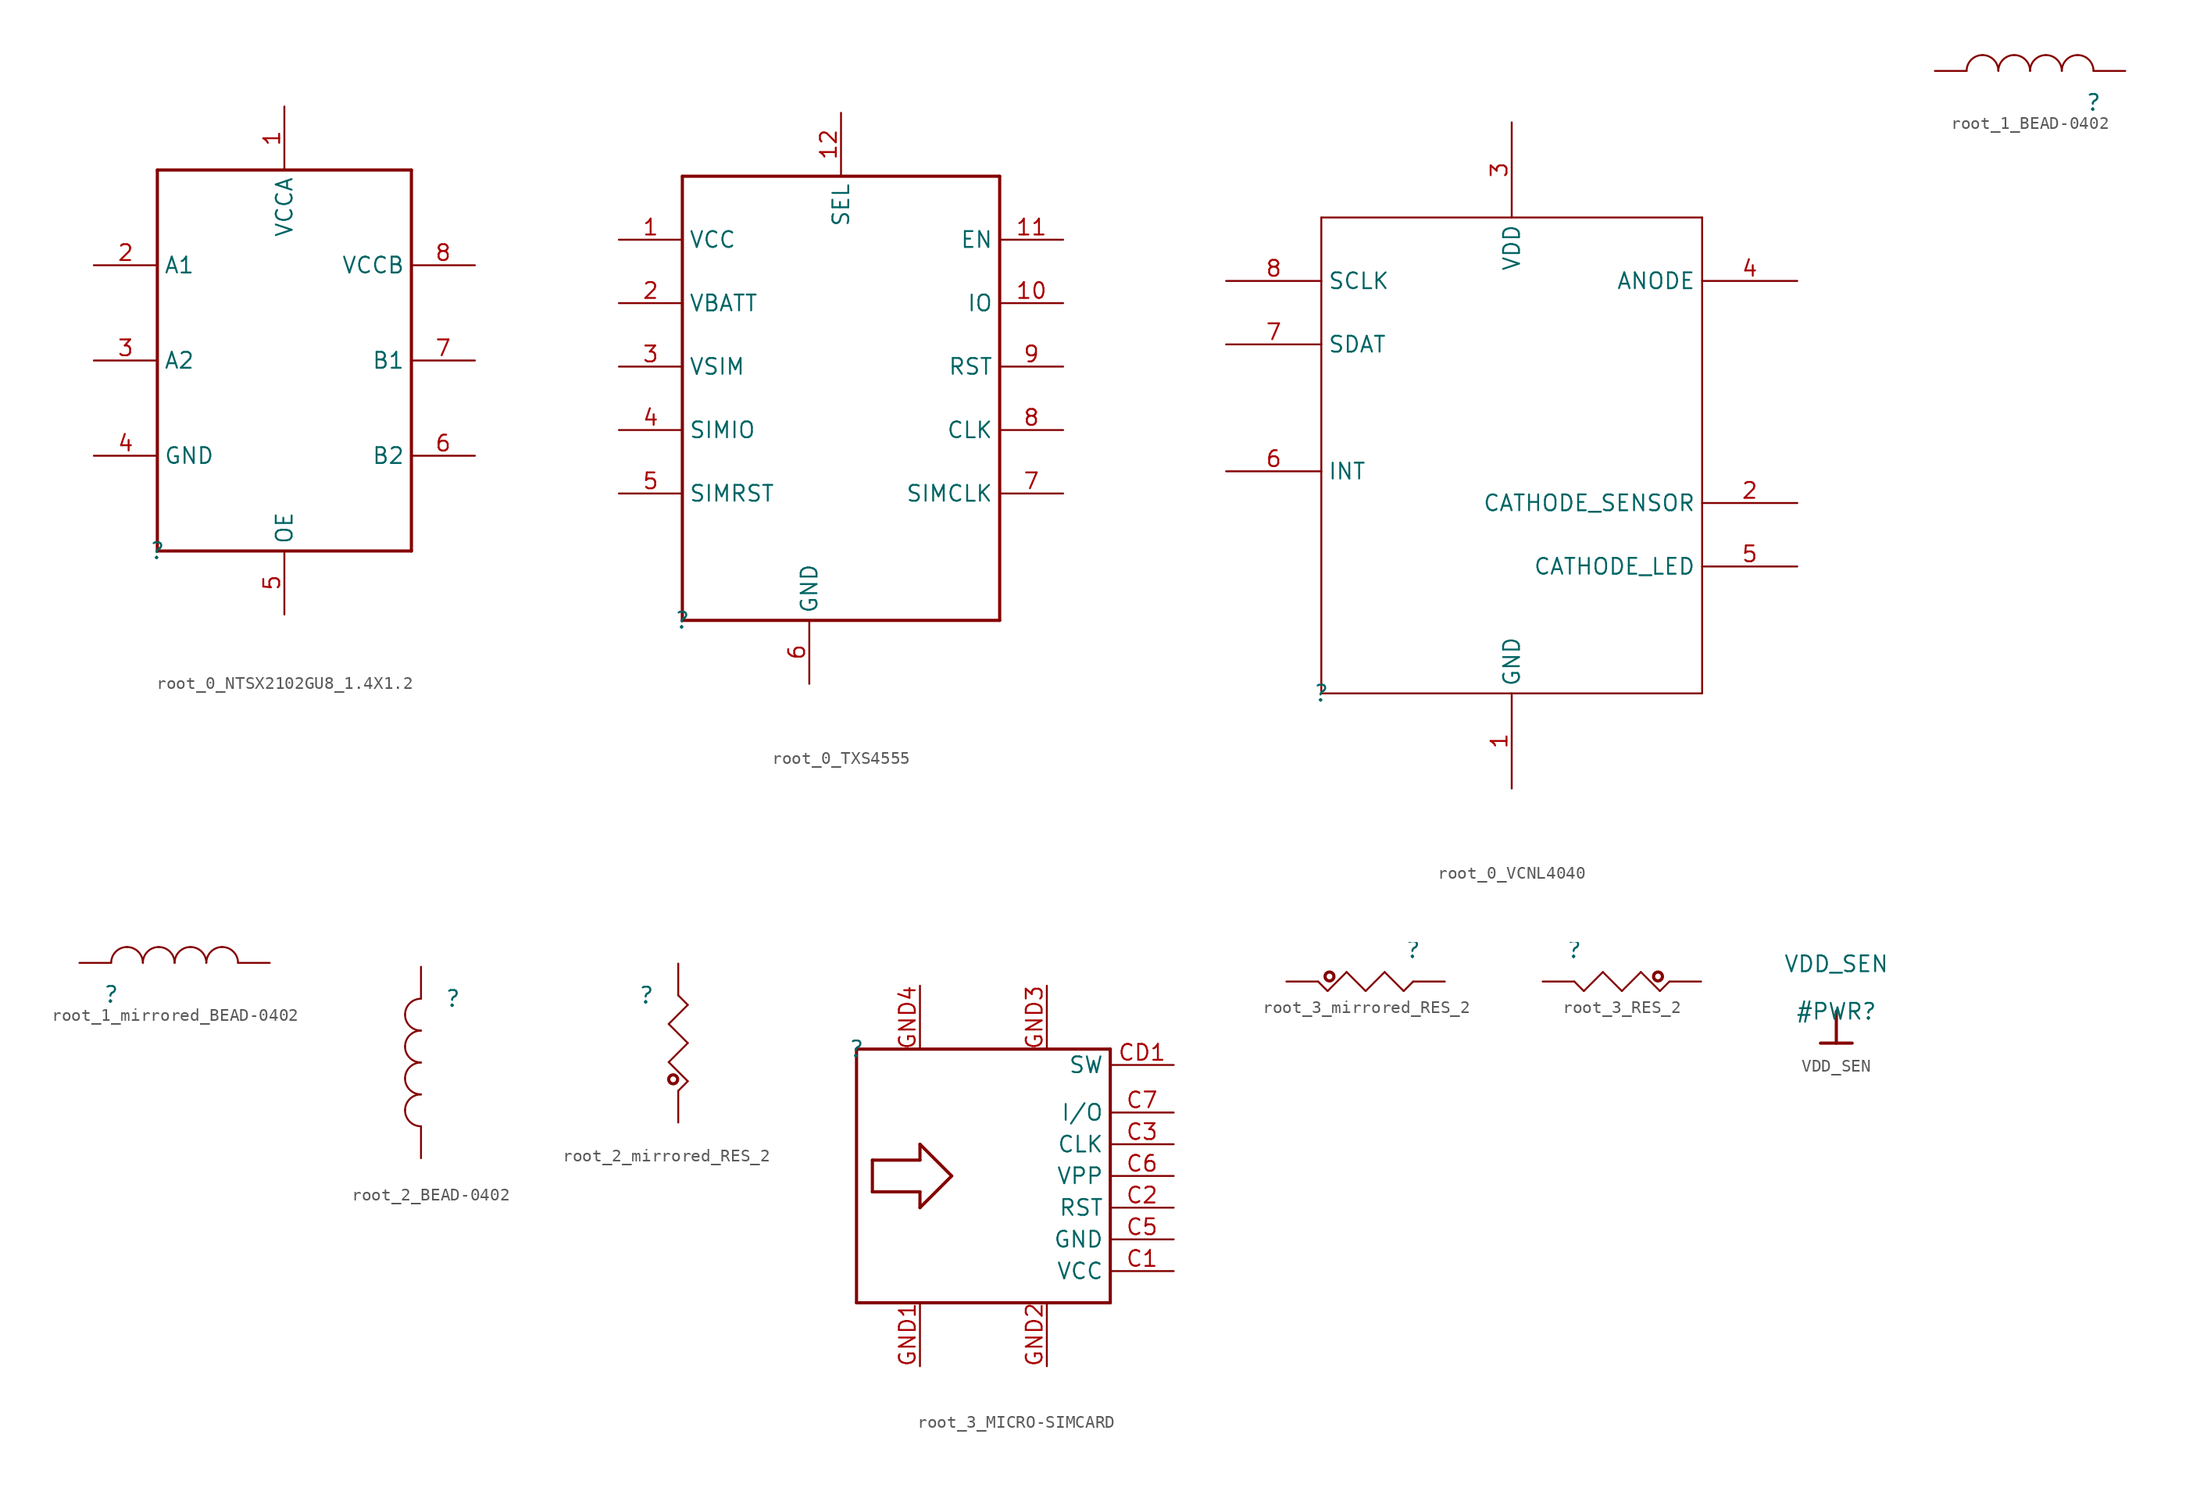
<source format=kicad_sym>
(kicad_symbol_lib
  (version 20220914)
  (generator kicad_symbol_editor)
  (symbol "root_0_NTSX2102GU8_1.4X1.2"
    (property "Reference" ""
      (at 0 0 0)
      (effects (font (size 1.27 1.27))))
    (property "Value" ""
      (at 0 0 0)
      (effects (font (size 1.27 1.27))))
    (symbol "root_0_NTSX2102GU8_1.4X1.2_1_0"
      (polyline (pts (xy 0 0) (xy 0 30.48)) (stroke (width 0.254) (type solid)) (fill (type none)))
      (polyline (pts (xy 0 30.48) (xy 20.32 30.48)) (stroke (width 0.254) (type solid)) (fill (type none)))
      (polyline (pts (xy 20.32 0) (xy 0 0)) (stroke (width 0.254) (type solid)) (fill (type none)))
      (polyline (pts (xy 20.32 30.48) (xy 20.32 0)) (stroke (width 0.254) (type solid)) (fill (type none)))
      (pin passive line (at 10.16 35.56 270) (length 5.08) (name "VCCA" (effects (font (size 1.27 1.27)))) (number "1" (effects (font (size 1.27 1.27)))))
      (pin passive line (at -5.08 22.86 0) (length 5.08) (name "A1" (effects (font (size 1.27 1.27)))) (number "2" (effects (font (size 1.27 1.27)))))
      (pin passive line (at -5.08 15.24 0) (length 5.08) (name "A2" (effects (font (size 1.27 1.27)))) (number "3" (effects (font (size 1.27 1.27)))))
      (pin passive line (at -5.08 7.62 0) (length 5.08) (name "GND" (effects (font (size 1.27 1.27)))) (number "4" (effects (font (size 1.27 1.27)))))
      (pin passive line (at 10.16 -5.08 90) (length 5.08) (name "OE" (effects (font (size 1.27 1.27)))) (number "5" (effects (font (size 1.27 1.27)))))
      (pin passive line (at 25.4 7.62 180) (length 5.08) (name "B2" (effects (font (size 1.27 1.27)))) (number "6" (effects (font (size 1.27 1.27)))))
      (pin passive line (at 25.4 15.24 180) (length 5.08) (name "B1" (effects (font (size 1.27 1.27)))) (number "7" (effects (font (size 1.27 1.27)))))
      (pin passive line (at 25.4 22.86 180) (length 5.08) (name "VCCB" (effects (font (size 1.27 1.27)))) (number "8" (effects (font (size 1.27 1.27)))))))
  (symbol "root_0_TXS4555"
    (property "Reference" ""
      (at 0 0 0)
      (effects (font (size 1.27 1.27))))
    (property "Value" ""
      (at 0 0 0)
      (effects (font (size 1.27 1.27))))
    (symbol "root_0_TXS4555_1_0"
      (polyline (pts (xy 0 0) (xy 0 35.56)) (stroke (width 0.254) (type solid)) (fill (type none)))
      (polyline (pts (xy 0 35.56) (xy 25.4 35.56)) (stroke (width 0.254) (type solid)) (fill (type none)))
      (polyline (pts (xy 25.4 0) (xy 0 0)) (stroke (width 0.254) (type solid)) (fill (type none)))
      (polyline (pts (xy 25.4 35.56) (xy 25.4 0)) (stroke (width 0.254) (type solid)) (fill (type none)))
      (pin passive line (at -5.08 30.48 0) (length 5.08) (name "VCC" (effects (font (size 1.27 1.27)))) (number "1" (effects (font (size 1.27 1.27)))))
      (pin passive line (at 30.48 25.4 180) (length 5.08) (name "IO" (effects (font (size 1.27 1.27)))) (number "10" (effects (font (size 1.27 1.27)))))
      (pin passive line (at 30.48 30.48 180) (length 5.08) (name "EN" (effects (font (size 1.27 1.27)))) (number "11" (effects (font (size 1.27 1.27)))))
      (pin passive line (at 12.7 40.64 270) (length 5.08) (name "SEL" (effects (font (size 1.27 1.27)))) (number "12" (effects (font (size 1.27 1.27)))))
      (pin passive line (at -5.08 25.4 0) (length 5.08) (name "VBATT" (effects (font (size 1.27 1.27)))) (number "2" (effects (font (size 1.27 1.27)))))
      (pin passive line (at -5.08 20.32 0) (length 5.08) (name "VSIM" (effects (font (size 1.27 1.27)))) (number "3" (effects (font (size 1.27 1.27)))))
      (pin passive line (at -5.08 15.24 0) (length 5.08) (name "SIMIO" (effects (font (size 1.27 1.27)))) (number "4" (effects (font (size 1.27 1.27)))))
      (pin passive line (at -5.08 10.16 0) (length 5.08) (name "SIMRST" (effects (font (size 1.27 1.27)))) (number "5" (effects (font (size 1.27 1.27)))))
      (pin passive line (at 10.16 -5.08 90) (length 5.08) (name "GND" (effects (font (size 1.27 1.27)))) (number "6" (effects (font (size 1.27 1.27)))))
      (pin passive line (at 30.48 10.16 180) (length 5.08) (name "SIMCLK" (effects (font (size 1.27 1.27)))) (number "7" (effects (font (size 1.27 1.27)))))
      (pin passive line (at 30.48 15.24 180) (length 5.08) (name "CLK" (effects (font (size 1.27 1.27)))) (number "8" (effects (font (size 1.27 1.27)))))
      (pin passive line (at 30.48 20.32 180) (length 5.08) (name "RST" (effects (font (size 1.27 1.27)))) (number "9" (effects (font (size 1.27 1.27)))))))
  (symbol "root_0_VCNL4040"
    (property "Reference" ""
      (at 0 0 0)
      (effects (font (size 1.27 1.27))))
    (property "Value" ""
      (at 0 0 0)
      (effects (font (size 1.27 1.27))))
    (symbol "root_0_VCNL4040_1_0"
      (polyline (pts (xy 0 0) (xy 0 38.1)) (stroke (width 0) (type solid)) (fill (type none)))
      (polyline (pts (xy 0 38.1) (xy 30.48 38.1)) (stroke (width 0) (type solid)) (fill (type none)))
      (polyline (pts (xy 30.48 0) (xy 0 0)) (stroke (width 0) (type solid)) (fill (type none)))
      (polyline (pts (xy 30.48 38.1) (xy 30.48 0)) (stroke (width 0) (type solid)) (fill (type none)))
      (pin passive line (at 15.24 -7.62 90) (length 7.62) (name "GND" (effects (font (size 1.27 1.27)))) (number "1" (effects (font (size 1.27 1.27)))))
      (pin power_in line (at 38.1 15.24 180) (length 7.62) (name "CATHODE_SENSOR" (effects (font (size 1.27 1.27)))) (number "2" (effects (font (size 1.27 1.27)))))
      (pin passive line (at 15.24 45.72 270) (length 7.62) (name "VDD" (effects (font (size 1.27 1.27)))) (number "3" (effects (font (size 1.27 1.27)))))
      (pin passive line (at 38.1 33.02 180) (length 7.62) (name "ANODE" (effects (font (size 1.27 1.27)))) (number "4" (effects (font (size 1.27 1.27)))))
      (pin power_in line (at 38.1 10.16 180) (length 7.62) (name "CATHODE_LED" (effects (font (size 1.27 1.27)))) (number "5" (effects (font (size 1.27 1.27)))))
      (pin bidirectional line (at -7.62 17.78 0) (length 7.62) (name "INT" (effects (font (size 1.27 1.27)))) (number "6" (effects (font (size 1.27 1.27)))))
      (pin passive line (at -7.62 27.94 0) (length 7.62) (name "SDAT" (effects (font (size 1.27 1.27)))) (number "7" (effects (font (size 1.27 1.27)))))
      (pin power_in line (at -7.62 33.02 0) (length 7.62) (name "SCLK" (effects (font (size 1.27 1.27)))) (number "8" (effects (font (size 1.27 1.27)))))))
  (symbol "root_1_BEAD-0402"
    (property "Reference" ""
      (at 0 0 0)
      (effects (font (size 1.27 1.27))))
    (property "Value" ""
      (at 0 0 0)
      (effects (font (size 1.27 1.27))))
    (symbol "root_1_BEAD-0402_1_0"
      (arc (start -8.89 3.81) (mid -9.788 3.438) (end -10.16 2.54) (stroke (width 0) (type solid)) (fill (type none)))
      (arc (start -7.62 2.54) (mid -7.992 3.438) (end -8.89 3.81) (stroke (width 0) (type solid)) (fill (type none)))
      (arc (start -6.35 3.81) (mid -7.248 3.438) (end -7.62 2.54) (stroke (width 0) (type solid)) (fill (type none)))
      (arc (start -5.08 2.54) (mid -5.452 3.438) (end -6.35 3.81) (stroke (width 0) (type solid)) (fill (type none)))
      (arc (start -3.81 3.81) (mid -4.708 3.438) (end -5.08 2.54) (stroke (width 0) (type solid)) (fill (type none)))
      (arc (start -2.54 2.54) (mid -2.912 3.438) (end -3.81 3.81) (stroke (width 0) (type solid)) (fill (type none)))
      (arc (start -1.27 3.81) (mid -2.168 3.438) (end -2.54 2.54) (stroke (width 0) (type solid)) (fill (type none)))
      (arc (start 0 2.54) (mid -0.372 3.438) (end -1.27 3.81) (stroke (width 0) (type solid)) (fill (type none)))
      (pin passive line (at -12.7 2.54 0) (length 2.54) (name "1" (effects (font (size 0 0)))) (number "1" (effects (font (size 0 0)))))
      (pin passive line (at 2.54 2.54 180) (length 2.54) (name "2" (effects (font (size 0 0)))) (number "2" (effects (font (size 0 0)))))))
  (symbol "root_1_mirrored_BEAD-0402"
    (property "Reference" ""
      (at 0 0 0)
      (effects (font (size 1.27 1.27))))
    (property "Value" ""
      (at 0 0 0)
      (effects (font (size 1.27 1.27))))
    (symbol "root_1_mirrored_BEAD-0402_1_0"
      (arc (start 1.27 3.81) (mid 0.372 3.438) (end 0 2.54) (stroke (width 0) (type solid)) (fill (type none)))
      (arc (start 2.54 2.54) (mid 2.168 3.438) (end 1.27 3.81) (stroke (width 0) (type solid)) (fill (type none)))
      (arc (start 3.81 3.81) (mid 2.912 3.438) (end 2.54 2.54) (stroke (width 0) (type solid)) (fill (type none)))
      (arc (start 5.08 2.54) (mid 4.708 3.438) (end 3.81 3.81) (stroke (width 0) (type solid)) (fill (type none)))
      (arc (start 6.35 3.81) (mid 5.452 3.438) (end 5.08 2.54) (stroke (width 0) (type solid)) (fill (type none)))
      (arc (start 7.62 2.54) (mid 7.248 3.438) (end 6.35 3.81) (stroke (width 0) (type solid)) (fill (type none)))
      (arc (start 8.89 3.81) (mid 7.992 3.438) (end 7.62 2.54) (stroke (width 0) (type solid)) (fill (type none)))
      (arc (start 10.16 2.54) (mid 9.788 3.438) (end 8.89 3.81) (stroke (width 0) (type solid)) (fill (type none)))
      (pin passive line (at 12.7 2.54 180) (length 2.54) (name "1" (effects (font (size 0 0)))) (number "1" (effects (font (size 0 0)))))
      (pin passive line (at -2.54 2.54 0) (length 2.54) (name "2" (effects (font (size 0 0)))) (number "2" (effects (font (size 0 0)))))))
  (symbol "root_2_BEAD-0402"
    (property "Reference" ""
      (at 0 0 0)
      (effects (font (size 1.27 1.27))))
    (property "Value" ""
      (at 0 0 0)
      (effects (font (size 1.27 1.27))))
    (symbol "root_2_BEAD-0402_1_0"
      (arc (start -3.81 -8.89) (mid -3.438 -9.788) (end -2.54 -10.16) (stroke (width 0) (type solid)) (fill (type none)))
      (arc (start -3.81 -6.35) (mid -3.438 -7.248) (end -2.54 -7.62) (stroke (width 0) (type solid)) (fill (type none)))
      (arc (start -3.81 -3.81) (mid -3.438 -4.708) (end -2.54 -5.08) (stroke (width 0) (type solid)) (fill (type none)))
      (arc (start -3.81 -1.27) (mid -3.438 -2.168) (end -2.54 -2.54) (stroke (width 0) (type solid)) (fill (type none)))
      (arc (start -2.54 -7.62) (mid -3.438 -7.992) (end -3.81 -8.89) (stroke (width 0) (type solid)) (fill (type none)))
      (arc (start -2.54 -5.08) (mid -3.438 -5.452) (end -3.81 -6.35) (stroke (width 0) (type solid)) (fill (type none)))
      (arc (start -2.54 -2.54) (mid -3.438 -2.912) (end -3.81 -3.81) (stroke (width 0) (type solid)) (fill (type none)))
      (arc (start -2.54 0) (mid -3.438 -0.372) (end -3.81 -1.27) (stroke (width 0) (type solid)) (fill (type none)))
      (pin passive line (at -2.54 -12.7 90) (length 2.54) (name "1" (effects (font (size 0 0)))) (number "1" (effects (font (size 0 0)))))
      (pin passive line (at -2.54 2.54 270) (length 2.54) (name "2" (effects (font (size 0 0)))) (number "2" (effects (font (size 0 0)))))))
  (symbol "root_2_mirrored_RES_2"
    (property "Reference" ""
      (at 0 0 0)
      (effects (font (size 1.27 1.27))))
    (property "Value" ""
      (at 0 0 0)
      (effects (font (size 1.27 1.27))))
    (symbol "root_2_mirrored_RES_2_1_0"
      (polyline (pts (xy 1.778 -5.334) (xy 3.302 -3.81)) (stroke (width 0) (type solid)) (fill (type none)))
      (polyline (pts (xy 1.778 -2.286) (xy 3.302 -0.762)) (stroke (width 0) (type solid)) (fill (type none)))
      (polyline (pts (xy 2.54 -7.62) (xy 3.302 -6.858)) (stroke (width 0) (type solid)) (fill (type none)))
      (polyline (pts (xy 3.302 -6.858) (xy 1.778 -5.334)) (stroke (width 0) (type solid)) (fill (type none)))
      (polyline (pts (xy 3.302 -3.81) (xy 1.778 -2.286)) (stroke (width 0) (type solid)) (fill (type none)))
      (polyline (pts (xy 3.302 -0.762) (xy 2.54 0)) (stroke (width 0) (type solid)) (fill (type none)))
      (circle (center 2.134 -6.706) (radius 0.356) (stroke (width 0.254) (type solid)) (fill (type none)))
      (pin passive line (at 2.54 -10.16 90) (length 2.54) (name "1" (effects (font (size 0 0)))) (number "1" (effects (font (size 0 0)))))
      (pin passive line (at 2.54 2.54 270) (length 2.54) (name "2" (effects (font (size 0 0)))) (number "2" (effects (font (size 0 0)))))))
  (symbol "root_3_MICRO-SIMCARD"
    (property "Reference" ""
      (at 0 0 0)
      (effects (font (size 1.27 1.27))))
    (property "Value" ""
      (at 0 0 0)
      (effects (font (size 1.27 1.27))))
    (symbol "root_3_MICRO-SIMCARD_1_0"
      (polyline (pts (xy 0 -20.32) (xy 20.32 -20.32)) (stroke (width 0.254) (type solid)) (fill (type none)))
      (polyline (pts (xy 0 0) (xy 0 -20.32)) (stroke (width 0.254) (type solid)) (fill (type none)))
      (polyline (pts (xy 1.27 -11.43) (xy 5.08 -11.43)) (stroke (width 0.254) (type solid)) (fill (type none)))
      (polyline (pts (xy 1.27 -8.89) (xy 1.27 -11.43)) (stroke (width 0.254) (type solid)) (fill (type none)))
      (polyline (pts (xy 5.08 -12.7) (xy 7.62 -10.16)) (stroke (width 0.254) (type solid)) (fill (type none)))
      (polyline (pts (xy 5.08 -11.43) (xy 5.08 -12.7)) (stroke (width 0.254) (type solid)) (fill (type none)))
      (polyline (pts (xy 5.08 -8.89) (xy 1.27 -8.89)) (stroke (width 0.254) (type solid)) (fill (type none)))
      (polyline (pts (xy 5.08 -7.62) (xy 5.08 -8.89)) (stroke (width 0.254) (type solid)) (fill (type none)))
      (polyline (pts (xy 7.62 -10.16) (xy 5.08 -7.62)) (stroke (width 0.254) (type solid)) (fill (type none)))
      (polyline (pts (xy 20.32 -20.32) (xy 20.32 0)) (stroke (width 0.254) (type solid)) (fill (type none)))
      (polyline (pts (xy 20.32 0) (xy 0 0)) (stroke (width 0.254) (type solid)) (fill (type none)))
      (pin passive line (at 25.4 -17.78 180) (length 5.08) (name "VCC" (effects (font (size 1.27 1.27)))) (number "C1" (effects (font (size 1.27 1.27)))))
      (pin passive line (at 25.4 -12.7 180) (length 5.08) (name "RST" (effects (font (size 1.27 1.27)))) (number "C2" (effects (font (size 1.27 1.27)))))
      (pin passive line (at 25.4 -7.62 180) (length 5.08) (name "CLK" (effects (font (size 1.27 1.27)))) (number "C3" (effects (font (size 1.27 1.27)))))
      (pin passive line (at 25.4 -15.24 180) (length 5.08) (name "GND" (effects (font (size 1.27 1.27)))) (number "C5" (effects (font (size 1.27 1.27)))))
      (pin passive line (at 25.4 -10.16 180) (length 5.08) (name "VPP" (effects (font (size 1.27 1.27)))) (number "C6" (effects (font (size 1.27 1.27)))))
      (pin passive line (at 25.4 -5.08 180) (length 5.08) (name "I/O" (effects (font (size 1.27 1.27)))) (number "C7" (effects (font (size 1.27 1.27)))))
      (pin passive line (at 25.4 -1.27 180) (length 5.08) (name "SW" (effects (font (size 1.27 1.27)))) (number "CD1" (effects (font (size 1.27 1.27)))))
      (pin passive line (at 5.08 -25.4 90) (length 5.08) (name "GND1" (effects (font (size 0 0)))) (number "GND1" (effects (font (size 1.27 1.27)))))
      (pin passive line (at 15.24 -25.4 90) (length 5.08) (name "GND2" (effects (font (size 0 0)))) (number "GND2" (effects (font (size 1.27 1.27)))))
      (pin passive line (at 15.24 5.08 270) (length 5.08) (name "GND3" (effects (font (size 0 0)))) (number "GND3" (effects (font (size 1.27 1.27)))))
      (pin passive line (at 5.08 5.08 270) (length 5.08) (name "GND4" (effects (font (size 0 0)))) (number "GND4" (effects (font (size 1.27 1.27)))))))
  (symbol "root_3_mirrored_RES_2"
    (property "Reference" ""
      (at 0 0 0)
      (effects (font (size 1.27 1.27))))
    (property "Value" ""
      (at 0 0 0)
      (effects (font (size 1.27 1.27))))
    (symbol "root_3_mirrored_RES_2_1_0"
      (circle (center -6.706 -2.134) (radius 0.356) (stroke (width 0.254) (type solid)) (fill (type none)))
      (polyline (pts (xy -7.62 -2.54) (xy -6.858 -3.302)) (stroke (width 0) (type solid)) (fill (type none)))
      (polyline (pts (xy -6.858 -3.302) (xy -5.334 -1.778)) (stroke (width 0) (type solid)) (fill (type none)))
      (polyline (pts (xy -5.334 -1.778) (xy -3.81 -3.302)) (stroke (width 0) (type solid)) (fill (type none)))
      (polyline (pts (xy -3.81 -3.302) (xy -2.286 -1.778)) (stroke (width 0) (type solid)) (fill (type none)))
      (polyline (pts (xy -2.286 -1.778) (xy -0.762 -3.302)) (stroke (width 0) (type solid)) (fill (type none)))
      (polyline (pts (xy -0.762 -3.302) (xy 0 -2.54)) (stroke (width 0) (type solid)) (fill (type none)))
      (pin passive line (at -10.16 -2.54 0) (length 2.54) (name "1" (effects (font (size 0 0)))) (number "1" (effects (font (size 0 0)))))
      (pin passive line (at 2.54 -2.54 180) (length 2.54) (name "2" (effects (font (size 0 0)))) (number "2" (effects (font (size 0 0)))))))
  (symbol "root_3_RES_2"
    (property "Reference" ""
      (at 0 0 0)
      (effects (font (size 1.27 1.27))))
    (property "Value" ""
      (at 0 0 0)
      (effects (font (size 1.27 1.27))))
    (symbol "root_3_RES_2_1_0"
      (polyline (pts (xy 0.762 -3.302) (xy 0 -2.54)) (stroke (width 0) (type solid)) (fill (type none)))
      (polyline (pts (xy 2.286 -1.778) (xy 0.762 -3.302)) (stroke (width 0) (type solid)) (fill (type none)))
      (polyline (pts (xy 3.81 -3.302) (xy 2.286 -1.778)) (stroke (width 0) (type solid)) (fill (type none)))
      (polyline (pts (xy 5.334 -1.778) (xy 3.81 -3.302)) (stroke (width 0) (type solid)) (fill (type none)))
      (polyline (pts (xy 6.858 -3.302) (xy 5.334 -1.778)) (stroke (width 0) (type solid)) (fill (type none)))
      (polyline (pts (xy 7.62 -2.54) (xy 6.858 -3.302)) (stroke (width 0) (type solid)) (fill (type none)))
      (circle (center 6.706 -2.134) (radius 0.356) (stroke (width 0.254) (type solid)) (fill (type none)))
      (pin passive line (at 10.16 -2.54 180) (length 2.54) (name "1" (effects (font (size 0 0)))) (number "1" (effects (font (size 0 0)))))
      (pin passive line (at -2.54 -2.54 0) (length 2.54) (name "2" (effects (font (size 0 0)))) (number "2" (effects (font (size 0 0)))))))
  (symbol "VDD_SEN"
    (power)
    (property "Reference" "#PWR"
      (at 0 0 0)
      (effects (font (size 1.27 1.27))))
    (property "Value" "VDD_SEN"
      (at 0 3.81 0)
      (effects (font (size 1.27 1.27))))
    (symbol "VDD_SEN_0_0"
      (polyline (pts (xy -1.27 -2.54) (xy 1.27 -2.54)) (stroke (width 0.254) (type solid)) (fill (type none)))
      (polyline (pts (xy 0 0) (xy 0 -2.54)) (stroke (width 0.254) (type solid)) (fill (type none)))
      (pin power_in line (at 0 0 0) (length 0) hide (name "VDD_SEN" (effects (font (size 1.27 1.27)))) (number "" (effects (font (size 1.27 1.27))))))))
</source>
